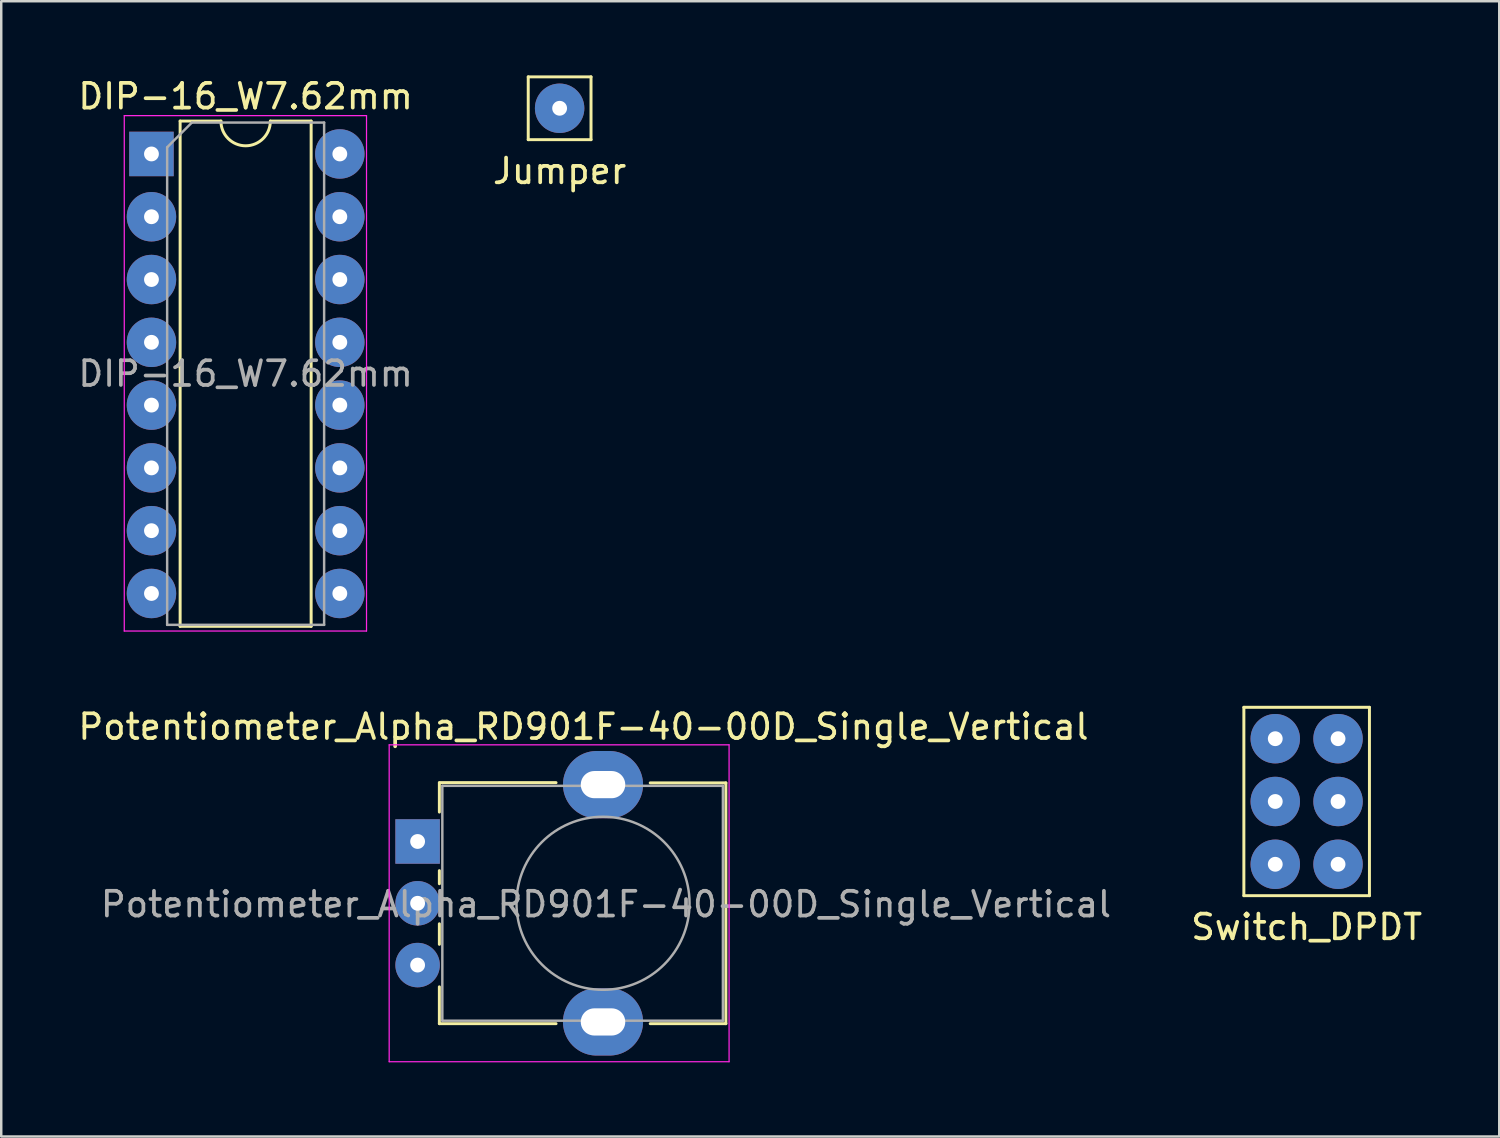
<source format=kicad_pcb>
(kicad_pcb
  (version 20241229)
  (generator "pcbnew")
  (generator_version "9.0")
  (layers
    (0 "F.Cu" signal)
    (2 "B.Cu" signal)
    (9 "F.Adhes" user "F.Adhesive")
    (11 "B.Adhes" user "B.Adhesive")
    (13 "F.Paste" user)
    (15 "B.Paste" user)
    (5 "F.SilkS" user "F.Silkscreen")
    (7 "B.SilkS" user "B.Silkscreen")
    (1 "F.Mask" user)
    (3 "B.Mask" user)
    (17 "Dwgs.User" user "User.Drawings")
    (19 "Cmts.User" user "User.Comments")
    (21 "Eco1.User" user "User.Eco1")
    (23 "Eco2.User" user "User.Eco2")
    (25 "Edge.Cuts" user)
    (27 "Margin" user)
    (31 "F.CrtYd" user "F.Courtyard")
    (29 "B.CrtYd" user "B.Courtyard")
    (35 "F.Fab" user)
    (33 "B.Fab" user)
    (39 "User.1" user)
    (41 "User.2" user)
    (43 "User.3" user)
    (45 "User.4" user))
  (footprint "Switch_DPDT"
    (layer "F.Cu")
    (at 49.809 29.373)
    (property "Reference" "Switch_DPDT" (at 0 5.08 0) (layer "F.SilkS") (effects (font (size 1 1) (thickness 0.15))))
    (attr through_hole)
    (fp_line (start -2.54 -3.81) (end 2.54 -3.81) (stroke (width 0.12) (type solid)) (layer "F.SilkS"))
    (fp_line (start -2.54 3.81) (end -2.54 -3.81) (stroke (width 0.12) (type solid)) (layer "F.SilkS"))
    (fp_line (start 2.54 -3.81) (end 2.54 3.81) (stroke (width 0.12) (type solid)) (layer "F.SilkS"))
    (fp_line (start 2.54 3.81) (end -2.54 3.81) (stroke (width 0.12) (type solid)) (layer "F.SilkS"))
    (pad "1" thru_hole circle (at -1.27 -2.54) (size 2 2) (drill 0.6) (layers "*.Cu" "*.Mask"))
    (pad "2" thru_hole circle (at 1.27 -2.54) (size 2 2) (drill 0.6) (layers "*.Cu" "*.Mask"))
    (pad "3" thru_hole circle (at -1.27 0) (size 2 2) (drill 0.6) (layers "*.Cu" "*.Mask"))
    (pad "4" thru_hole circle (at 1.27 0) (size 2 2) (drill 0.6) (layers "*.Cu" "*.Mask"))
    (pad "5" thru_hole circle (at -1.27 2.54) (size 2 2) (drill 0.6) (layers "*.Cu" "*.Mask"))
    (pad "6" thru_hole circle (at 1.27 2.54) (size 2 2) (drill 0.6) (layers "*.Cu" "*.Mask")))
  (footprint "Potentiometer_Alpha_RD901F-40-00D_Single_Vertical"
    (layer "F.Cu")
    (at 13.844 30.991)
    (property "Reference" "Potentiometer_Alpha_RD901F-40-00D_Single_Vertical" (at 6.71 -4.64 180) (layer "F.SilkS") (effects (font (size 1 1) (thickness 0.15))))
    (attr through_hole)
    (fp_line (start 0.88 -2.38) (end 5.6 -2.38) (stroke (width 0.12) (type solid)) (layer "F.SilkS"))
    (fp_line (start 0.88 -1.19) (end 0.88 -2.37) (stroke (width 0.12) (type solid)) (layer "F.SilkS"))
    (fp_line (start 0.88 1.71) (end 0.88 1.18) (stroke (width 0.12) (type solid)) (layer "F.SilkS"))
    (fp_line (start 0.88 4.16) (end 0.88 3.33) (stroke (width 0.12) (type solid)) (layer "F.SilkS"))
    (fp_line (start 0.88 7.37) (end 0.88 5.88) (stroke (width 0.12) (type solid)) (layer "F.SilkS"))
    (fp_line (start 0.88 7.37) (end 5.6 7.37) (stroke (width 0.12) (type solid)) (layer "F.SilkS"))
    (fp_line (start 9.41 -2.37) (end 12.47 -2.37) (stroke (width 0.12) (type solid)) (layer "F.SilkS"))
    (fp_line (start 9.41 7.37) (end 12.47 7.37) (stroke (width 0.12) (type solid)) (layer "F.SilkS"))
    (fp_line (start 12.47 7.37) (end 12.47 -2.37) (stroke (width 0.12) (type solid)) (layer "F.SilkS"))
    (fp_line (start -1.15 -3.91) (end -1.15 8.91) (stroke (width 0.05) (type solid)) (layer "F.CrtYd"))
    (fp_line (start -1.15 8.91) (end 12.6 8.91) (stroke (width 0.05) (type solid)) (layer "F.CrtYd"))
    (fp_line (start 12.6 -3.91) (end -1.15 -3.91) (stroke (width 0.05) (type solid)) (layer "F.CrtYd"))
    (fp_line (start 12.6 8.91) (end 12.6 -3.91) (stroke (width 0.05) (type solid)) (layer "F.CrtYd"))
    (fp_line (start 1 -2.25) (end 12.35 -2.25) (stroke (width 0.1) (type solid)) (layer "F.Fab"))
    (fp_line (start 1 7.25) (end 1 -2.25) (stroke (width 0.1) (type solid)) (layer "F.Fab"))
    (fp_line (start 1 7.25) (end 12.35 7.25) (stroke (width 0.1) (type solid)) (layer "F.Fab"))
    (fp_line (start 12.35 7.25) (end 12.35 -2.25) (stroke (width 0.1) (type solid)) (layer "F.Fab"))
    (fp_circle (center 7.5 2.5) (end 7.5 -1) (stroke (width 0.1) (type solid)) (fill no) (layer "F.Fab"))
    (fp_text user "${REFERENCE}" (at 7.62 2.54 0) (layer "F.Fab") (effects (font (size 1 1) (thickness 0.15))))
    (pad "" thru_hole oval (at 7.5 -2.3 90) (size 2.72 3.24) (drill oval 1.1 1.8) (layers "*.Cu" "*.Mask"))
    (pad "" thru_hole oval (at 7.5 7.3 90) (size 2.72 3.24) (drill oval 1.1 1.8) (layers "*.Cu" "*.Mask"))
    (pad "1" thru_hole rect (at 0 0 90) (size 1.8 1.8) (drill 0.6) (layers "*.Cu" "*.Mask"))
    (pad "2" thru_hole circle (at 0 2.5 90) (size 1.8 1.8) (drill 0.6) (layers "*.Cu" "*.Mask"))
    (pad "3" thru_hole circle (at 0 5 90) (size 1.8 1.8) (drill 0.6) (layers "*.Cu" "*.Mask")))
  (footprint "Jumper"
    (layer "F.Cu")
    (at 19.589 1.33)
    (property "Reference" "Jumper" (at 0 2.54 0) (layer "F.SilkS") (effects (font (size 1 1) (thickness 0.15))))
    (attr through_hole)
    (fp_line (start -1.27 -1.27) (end 1.27 -1.27) (stroke (width 0.12) (type solid)) (layer "F.SilkS"))
    (fp_line (start -1.27 1.27) (end -1.27 -1.27) (stroke (width 0.12) (type solid)) (layer "F.SilkS"))
    (fp_line (start 1.27 -1.27) (end 1.27 1.27) (stroke (width 0.12) (type solid)) (layer "F.SilkS"))
    (fp_line (start 1.27 1.27) (end -1.27 1.27) (stroke (width 0.12) (type solid)) (layer "F.SilkS"))
    (pad "1" thru_hole circle (at 0 0) (size 2 2) (drill 0.6) (layers "*.Cu" "*.Mask")))
  (footprint "DIP-16_W7.62mm"
    (layer "F.Cu")
    (at 3.077 3.178)
    (property "Reference" "DIP-16_W7.62mm" (at 3.81 -2.33 0) (layer "F.SilkS") (effects (font (size 1 1) (thickness 0.15))))
    (attr through_hole)
    (fp_line (start 1.16 -1.33) (end 1.16 19.11) (stroke (width 0.12) (type solid)) (layer "F.SilkS"))
    (fp_line (start 1.16 19.11) (end 6.46 19.11) (stroke (width 0.12) (type solid)) (layer "F.SilkS"))
    (fp_line (start 2.81 -1.33) (end 1.16 -1.33) (stroke (width 0.12) (type solid)) (layer "F.SilkS"))
    (fp_line (start 6.46 -1.33) (end 4.81 -1.33) (stroke (width 0.12) (type solid)) (layer "F.SilkS"))
    (fp_line (start 6.46 19.11) (end 6.46 -1.33) (stroke (width 0.12) (type solid)) (layer "F.SilkS"))
    (fp_arc (start 4.81 -1.33) (mid 3.81 -0.33) (end 2.81 -1.33) (stroke (width 0.12) (type solid)) (layer "F.SilkS"))
    (fp_line (start -1.1 -1.55) (end -1.1 19.3) (stroke (width 0.05) (type solid)) (layer "F.CrtYd"))
    (fp_line (start -1.1 19.3) (end 8.7 19.3) (stroke (width 0.05) (type solid)) (layer "F.CrtYd"))
    (fp_line (start 8.7 -1.55) (end -1.1 -1.55) (stroke (width 0.05) (type solid)) (layer "F.CrtYd"))
    (fp_line (start 8.7 19.3) (end 8.7 -1.55) (stroke (width 0.05) (type solid)) (layer "F.CrtYd"))
    (fp_line (start 0.635 -0.27) (end 1.635 -1.27) (stroke (width 0.1) (type solid)) (layer "F.Fab"))
    (fp_line (start 0.635 19.05) (end 0.635 -0.27) (stroke (width 0.1) (type solid)) (layer "F.Fab"))
    (fp_line (start 1.635 -1.27) (end 6.985 -1.27) (stroke (width 0.1) (type solid)) (layer "F.Fab"))
    (fp_line (start 6.985 -1.27) (end 6.985 19.05) (stroke (width 0.1) (type solid)) (layer "F.Fab"))
    (fp_line (start 6.985 19.05) (end 0.635 19.05) (stroke (width 0.1) (type solid)) (layer "F.Fab"))
    (fp_text user "${REFERENCE}" (at 3.81 8.89 0) (layer "F.Fab") (effects (font (size 1 1) (thickness 0.15))))
    (pad "1" thru_hole rect (at 0 0) (size 1.8 1.8) (drill 0.6) (layers "*.Cu" "*.Mask"))
    (pad "2" thru_hole oval (at 0 2.54) (size 2 2) (drill 0.6) (layers "*.Cu" "*.Mask"))
    (pad "3" thru_hole oval (at 0 5.08) (size 2 2) (drill 0.6) (layers "*.Cu" "*.Mask"))
    (pad "4" thru_hole oval (at 0 7.62) (size 2 2) (drill 0.6) (layers "*.Cu" "*.Mask"))
    (pad "5" thru_hole oval (at 0 10.16) (size 2 2) (drill 0.6) (layers "*.Cu" "*.Mask"))
    (pad "6" thru_hole oval (at 0 12.7) (size 2 2) (drill 0.6) (layers "*.Cu" "*.Mask"))
    (pad "7" thru_hole oval (at 0 15.24) (size 2 2) (drill 0.6) (layers "*.Cu" "*.Mask"))
    (pad "8" thru_hole oval (at 0 17.78) (size 2 2) (drill 0.6) (layers "*.Cu" "*.Mask"))
    (pad "9" thru_hole oval (at 7.62 17.78) (size 2 2) (drill 0.6) (layers "*.Cu" "*.Mask"))
    (pad "10" thru_hole oval (at 7.62 15.24) (size 2 2) (drill 0.6) (layers "*.Cu" "*.Mask"))
    (pad "11" thru_hole oval (at 7.62 12.7) (size 2 2) (drill 0.6) (layers "*.Cu" "*.Mask"))
    (pad "12" thru_hole oval (at 7.62 10.16) (size 2 2) (drill 0.6) (layers "*.Cu" "*.Mask"))
    (pad "13" thru_hole oval (at 7.62 7.62) (size 2 2) (drill 0.6) (layers "*.Cu" "*.Mask"))
    (pad "14" thru_hole oval (at 7.62 5.08) (size 2 2) (drill 0.6) (layers "*.Cu" "*.Mask"))
    (pad "15" thru_hole oval (at 7.62 2.54) (size 2 2) (drill 0.6) (layers "*.Cu" "*.Mask"))
    (pad "16" thru_hole oval (at 7.62 0) (size 2 2) (drill 0.6) (layers "*.Cu" "*.Mask")))
  (gr_rect
    (start -3 -3)
    (end 57.6 42.926)
    (stroke (width 0.1) (type default))
    (fill no)
    (layer "Edge.Cuts")))
</source>
